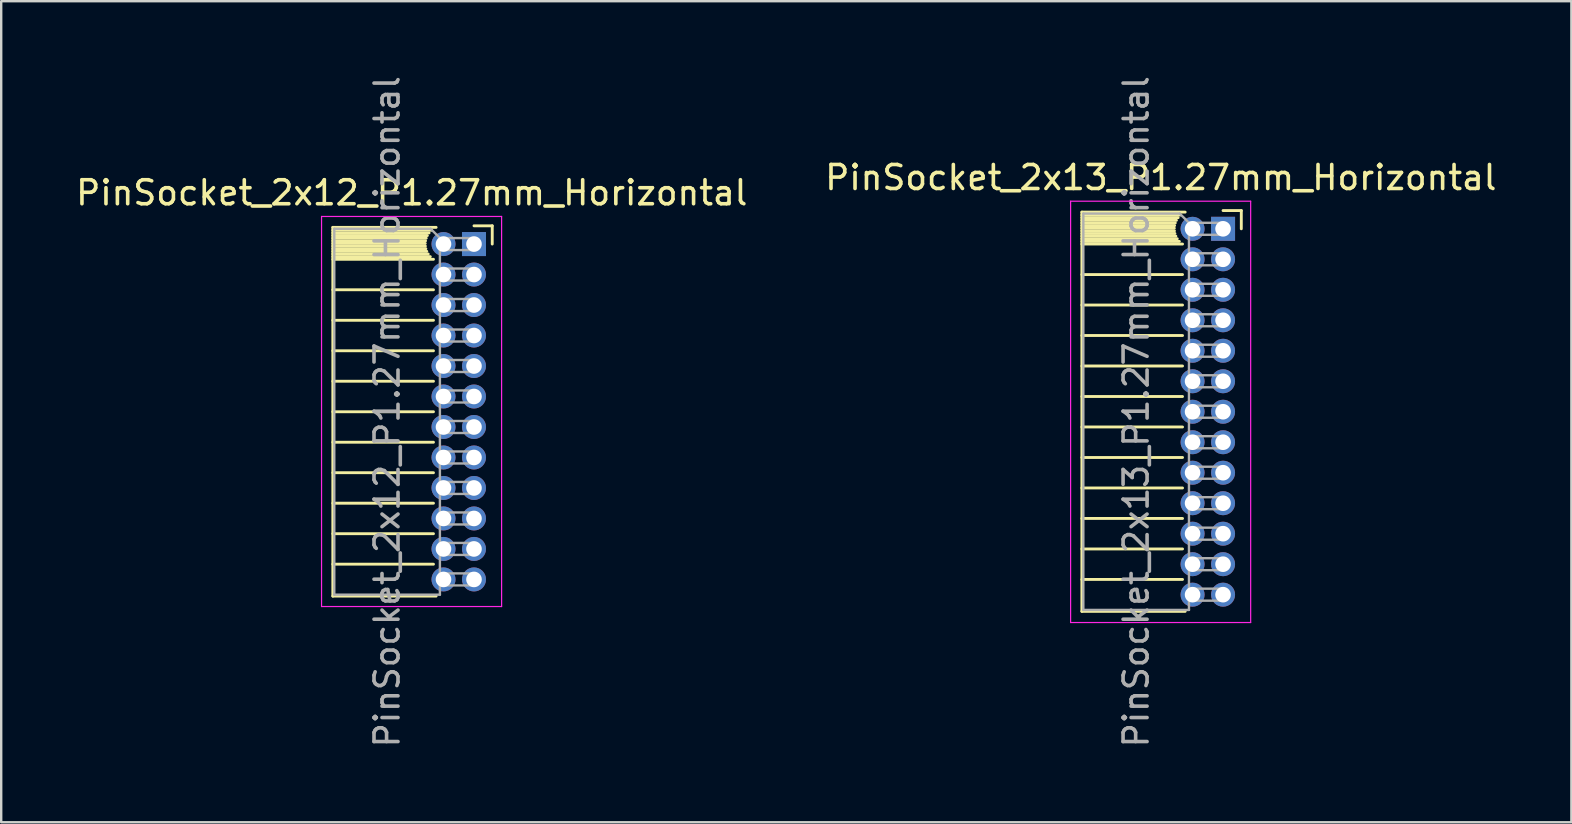
<source format=kicad_pcb>
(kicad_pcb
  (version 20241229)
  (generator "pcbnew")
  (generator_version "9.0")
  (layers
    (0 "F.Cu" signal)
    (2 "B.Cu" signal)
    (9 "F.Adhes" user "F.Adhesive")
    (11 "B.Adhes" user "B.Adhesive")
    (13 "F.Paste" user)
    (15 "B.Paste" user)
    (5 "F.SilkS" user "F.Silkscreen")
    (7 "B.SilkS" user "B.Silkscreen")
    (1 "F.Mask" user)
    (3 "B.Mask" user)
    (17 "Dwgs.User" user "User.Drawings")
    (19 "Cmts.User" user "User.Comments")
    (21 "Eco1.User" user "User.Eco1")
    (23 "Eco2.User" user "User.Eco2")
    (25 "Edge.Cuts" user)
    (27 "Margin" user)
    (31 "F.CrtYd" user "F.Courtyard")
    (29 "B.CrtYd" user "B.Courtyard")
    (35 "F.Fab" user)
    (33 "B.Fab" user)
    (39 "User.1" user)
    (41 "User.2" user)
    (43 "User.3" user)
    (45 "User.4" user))
  (footprint "PinSocket_2x12_P1.27mm_Horizontal"
    (layer "F.Cu")
    (at 16.694 7.116)
    (property "Reference" "PinSocket_2x12_P1.27mm_Horizontal" (at -2.592 -2.135 0) (layer "F.SilkS") (effects (font (size 1 1) (thickness 0.15))))
    (attr through_hole)
    (fp_line (start -5.88 -0.695) (end -5.88 14.665) (stroke (width 0.12) (type solid)) (layer "F.SilkS"))
    (fp_line (start -5.88 -0.695) (end -1.578 -0.695) (stroke (width 0.12) (type solid)) (layer "F.SilkS"))
    (fp_line (start -5.88 -0.575) (end -1.767 -0.575) (stroke (width 0.12) (type solid)) (layer "F.SilkS"))
    (fp_line (start -5.88 -0.465) (end -1.871 -0.465) (stroke (width 0.12) (type solid)) (layer "F.SilkS"))
    (fp_line (start -5.88 -0.355) (end -1.942 -0.355) (stroke (width 0.12) (type solid)) (layer "F.SilkS"))
    (fp_line (start -5.88 -0.245) (end -1.989 -0.245) (stroke (width 0.12) (type solid)) (layer "F.SilkS"))
    (fp_line (start -5.88 -0.135) (end -2.018 -0.135) (stroke (width 0.12) (type solid)) (layer "F.SilkS"))
    (fp_line (start -5.88 -0.025) (end -2.03 -0.025) (stroke (width 0.12) (type solid)) (layer "F.SilkS"))
    (fp_line (start -5.88 0.085) (end -2.025 0.085) (stroke (width 0.12) (type solid)) (layer "F.SilkS"))
    (fp_line (start -5.88 0.195) (end -2.005 0.195) (stroke (width 0.12) (type solid)) (layer "F.SilkS"))
    (fp_line (start -5.88 0.305) (end -1.966 0.305) (stroke (width 0.12) (type solid)) (layer "F.SilkS"))
    (fp_line (start -5.88 0.415) (end -1.907 0.415) (stroke (width 0.12) (type solid)) (layer "F.SilkS"))
    (fp_line (start -5.88 0.525) (end -1.82 0.525) (stroke (width 0.12) (type solid)) (layer "F.SilkS"))
    (fp_line (start -5.88 0.635) (end -1.688 0.635) (stroke (width 0.12) (type solid)) (layer "F.SilkS"))
    (fp_line (start -5.88 1.905) (end -1.688 1.905) (stroke (width 0.12) (type solid)) (layer "F.SilkS"))
    (fp_line (start -5.88 3.175) (end -1.688 3.175) (stroke (width 0.12) (type solid)) (layer "F.SilkS"))
    (fp_line (start -5.88 4.445) (end -1.688 4.445) (stroke (width 0.12) (type solid)) (layer "F.SilkS"))
    (fp_line (start -5.88 5.715) (end -1.688 5.715) (stroke (width 0.12) (type solid)) (layer "F.SilkS"))
    (fp_line (start -5.88 6.985) (end -1.688 6.985) (stroke (width 0.12) (type solid)) (layer "F.SilkS"))
    (fp_line (start -5.88 8.255) (end -1.688 8.255) (stroke (width 0.12) (type solid)) (layer "F.SilkS"))
    (fp_line (start -5.88 9.525) (end -1.688 9.525) (stroke (width 0.12) (type solid)) (layer "F.SilkS"))
    (fp_line (start -5.88 10.795) (end -1.688 10.795) (stroke (width 0.12) (type solid)) (layer "F.SilkS"))
    (fp_line (start -5.88 12.065) (end -1.688 12.065) (stroke (width 0.12) (type solid)) (layer "F.SilkS"))
    (fp_line (start -5.88 13.335) (end -1.688 13.335) (stroke (width 0.12) (type solid)) (layer "F.SilkS"))
    (fp_line (start -5.88 14.665) (end -1.578 14.665) (stroke (width 0.12) (type solid)) (layer "F.SilkS"))
    (fp_line (start 0 -0.76) (end 0.76 -0.76) (stroke (width 0.12) (type solid)) (layer "F.SilkS"))
    (fp_line (start 0.76 -0.76) (end 0.76 0) (stroke (width 0.12) (type solid)) (layer "F.SilkS"))
    (fp_line (start -6.35 -1.15) (end -6.35 15.1) (stroke (width 0.05) (type solid)) (layer "F.CrtYd"))
    (fp_line (start -6.35 15.1) (end 1.15 15.1) (stroke (width 0.05) (type solid)) (layer "F.CrtYd"))
    (fp_line (start 1.15 -1.15) (end -6.35 -1.15) (stroke (width 0.05) (type solid)) (layer "F.CrtYd"))
    (fp_line (start 1.15 15.1) (end 1.15 -1.15) (stroke (width 0.05) (type solid)) (layer "F.CrtYd"))
    (fp_line (start -5.82 -0.635) (end -1.805 -0.635) (stroke (width 0.1) (type solid)) (layer "F.Fab"))
    (fp_line (start -5.82 14.605) (end -5.82 -0.635) (stroke (width 0.1) (type solid)) (layer "F.Fab"))
    (fp_line (start -1.805 -0.635) (end -1.42 -0.25) (stroke (width 0.1) (type solid)) (layer "F.Fab"))
    (fp_line (start -1.42 -0.25) (end -1.42 14.605) (stroke (width 0.1) (type solid)) (layer "F.Fab"))
    (fp_line (start -1.42 0.25) (end 0 0.25) (stroke (width 0.1) (type solid)) (layer "F.Fab"))
    (fp_line (start -1.42 1.52) (end 0 1.52) (stroke (width 0.1) (type solid)) (layer "F.Fab"))
    (fp_line (start -1.42 2.79) (end 0 2.79) (stroke (width 0.1) (type solid)) (layer "F.Fab"))
    (fp_line (start -1.42 4.06) (end 0 4.06) (stroke (width 0.1) (type solid)) (layer "F.Fab"))
    (fp_line (start -1.42 5.33) (end 0 5.33) (stroke (width 0.1) (type solid)) (layer "F.Fab"))
    (fp_line (start -1.42 6.6) (end 0 6.6) (stroke (width 0.1) (type solid)) (layer "F.Fab"))
    (fp_line (start -1.42 7.87) (end 0 7.87) (stroke (width 0.1) (type solid)) (layer "F.Fab"))
    (fp_line (start -1.42 9.14) (end 0 9.14) (stroke (width 0.1) (type solid)) (layer "F.Fab"))
    (fp_line (start -1.42 10.41) (end 0 10.41) (stroke (width 0.1) (type solid)) (layer "F.Fab"))
    (fp_line (start -1.42 11.68) (end 0 11.68) (stroke (width 0.1) (type solid)) (layer "F.Fab"))
    (fp_line (start -1.42 12.95) (end 0 12.95) (stroke (width 0.1) (type solid)) (layer "F.Fab"))
    (fp_line (start -1.42 14.22) (end 0 14.22) (stroke (width 0.1) (type solid)) (layer "F.Fab"))
    (fp_line (start -1.42 14.605) (end -5.82 14.605) (stroke (width 0.1) (type solid)) (layer "F.Fab"))
    (fp_line (start 0 -0.25) (end -1.42 -0.25) (stroke (width 0.1) (type solid)) (layer "F.Fab"))
    (fp_line (start 0 0.25) (end 0 -0.25) (stroke (width 0.1) (type solid)) (layer "F.Fab"))
    (fp_line (start 0 1.02) (end -1.42 1.02) (stroke (width 0.1) (type solid)) (layer "F.Fab"))
    (fp_line (start 0 1.52) (end 0 1.02) (stroke (width 0.1) (type solid)) (layer "F.Fab"))
    (fp_line (start 0 2.29) (end -1.42 2.29) (stroke (width 0.1) (type solid)) (layer "F.Fab"))
    (fp_line (start 0 2.79) (end 0 2.29) (stroke (width 0.1) (type solid)) (layer "F.Fab"))
    (fp_line (start 0 3.56) (end -1.42 3.56) (stroke (width 0.1) (type solid)) (layer "F.Fab"))
    (fp_line (start 0 4.06) (end 0 3.56) (stroke (width 0.1) (type solid)) (layer "F.Fab"))
    (fp_line (start 0 4.83) (end -1.42 4.83) (stroke (width 0.1) (type solid)) (layer "F.Fab"))
    (fp_line (start 0 5.33) (end 0 4.83) (stroke (width 0.1) (type solid)) (layer "F.Fab"))
    (fp_line (start 0 6.1) (end -1.42 6.1) (stroke (width 0.1) (type solid)) (layer "F.Fab"))
    (fp_line (start 0 6.6) (end 0 6.1) (stroke (width 0.1) (type solid)) (layer "F.Fab"))
    (fp_line (start 0 7.37) (end -1.42 7.37) (stroke (width 0.1) (type solid)) (layer "F.Fab"))
    (fp_line (start 0 7.87) (end 0 7.37) (stroke (width 0.1) (type solid)) (layer "F.Fab"))
    (fp_line (start 0 8.64) (end -1.42 8.64) (stroke (width 0.1) (type solid)) (layer "F.Fab"))
    (fp_line (start 0 9.14) (end 0 8.64) (stroke (width 0.1) (type solid)) (layer "F.Fab"))
    (fp_line (start 0 9.91) (end -1.42 9.91) (stroke (width 0.1) (type solid)) (layer "F.Fab"))
    (fp_line (start 0 10.41) (end 0 9.91) (stroke (width 0.1) (type solid)) (layer "F.Fab"))
    (fp_line (start 0 11.18) (end -1.42 11.18) (stroke (width 0.1) (type solid)) (layer "F.Fab"))
    (fp_line (start 0 11.68) (end 0 11.18) (stroke (width 0.1) (type solid)) (layer "F.Fab"))
    (fp_line (start 0 12.45) (end -1.42 12.45) (stroke (width 0.1) (type solid)) (layer "F.Fab"))
    (fp_line (start 0 12.95) (end 0 12.45) (stroke (width 0.1) (type solid)) (layer "F.Fab"))
    (fp_line (start 0 13.72) (end -1.42 13.72) (stroke (width 0.1) (type solid)) (layer "F.Fab"))
    (fp_line (start 0 14.22) (end 0 13.72) (stroke (width 0.1) (type solid)) (layer "F.Fab"))
    (fp_text user "${REFERENCE}" (at -3.62 6.985 90) (layer "F.Fab") (effects (font (size 1 1) (thickness 0.15))))
    (pad "1" thru_hole rect (at 0 0) (size 1 1) (drill 0.65) (layers "*.Cu" "*.Mask"))
    (pad "2" thru_hole circle (at -1.27 0) (size 1 1) (drill 0.65) (layers "*.Cu" "*.Mask"))
    (pad "3" thru_hole circle (at 0 1.27) (size 1 1) (drill 0.65) (layers "*.Cu" "*.Mask"))
    (pad "4" thru_hole circle (at -1.27 1.27) (size 1 1) (drill 0.65) (layers "*.Cu" "*.Mask"))
    (pad "5" thru_hole circle (at 0 2.54) (size 1 1) (drill 0.65) (layers "*.Cu" "*.Mask"))
    (pad "6" thru_hole circle (at -1.27 2.54) (size 1 1) (drill 0.65) (layers "*.Cu" "*.Mask"))
    (pad "7" thru_hole circle (at 0 3.81) (size 1 1) (drill 0.65) (layers "*.Cu" "*.Mask"))
    (pad "8" thru_hole circle (at -1.27 3.81) (size 1 1) (drill 0.65) (layers "*.Cu" "*.Mask"))
    (pad "9" thru_hole circle (at 0 5.08) (size 1 1) (drill 0.65) (layers "*.Cu" "*.Mask"))
    (pad "10" thru_hole circle (at -1.27 5.08) (size 1 1) (drill 0.65) (layers "*.Cu" "*.Mask"))
    (pad "11" thru_hole circle (at 0 6.35) (size 1 1) (drill 0.65) (layers "*.Cu" "*.Mask"))
    (pad "12" thru_hole circle (at -1.27 6.35) (size 1 1) (drill 0.65) (layers "*.Cu" "*.Mask"))
    (pad "13" thru_hole circle (at 0 7.62) (size 1 1) (drill 0.65) (layers "*.Cu" "*.Mask"))
    (pad "14" thru_hole circle (at -1.27 7.62) (size 1 1) (drill 0.65) (layers "*.Cu" "*.Mask"))
    (pad "15" thru_hole circle (at 0 8.89) (size 1 1) (drill 0.65) (layers "*.Cu" "*.Mask"))
    (pad "16" thru_hole circle (at -1.27 8.89) (size 1 1) (drill 0.65) (layers "*.Cu" "*.Mask"))
    (pad "17" thru_hole circle (at 0 10.16) (size 1 1) (drill 0.65) (layers "*.Cu" "*.Mask"))
    (pad "18" thru_hole circle (at -1.27 10.16) (size 1 1) (drill 0.65) (layers "*.Cu" "*.Mask"))
    (pad "19" thru_hole circle (at 0 11.43) (size 1 1) (drill 0.65) (layers "*.Cu" "*.Mask"))
    (pad "20" thru_hole circle (at -1.27 11.43) (size 1 1) (drill 0.65) (layers "*.Cu" "*.Mask"))
    (pad "21" thru_hole circle (at 0 12.7) (size 1 1) (drill 0.65) (layers "*.Cu" "*.Mask"))
    (pad "22" thru_hole circle (at -1.27 12.7) (size 1 1) (drill 0.65) (layers "*.Cu" "*.Mask"))
    (pad "23" thru_hole circle (at 0 13.97) (size 1 1) (drill 0.65) (layers "*.Cu" "*.Mask"))
    (pad "24" thru_hole circle (at -1.27 13.97) (size 1 1) (drill 0.65) (layers "*.Cu" "*.Mask")))
  (footprint "PinSocket_2x13_P1.27mm_Horizontal"
    (layer "F.Cu")
    (at 47.896 6.481)
    (property "Reference" "PinSocket_2x13_P1.27mm_Horizontal" (at -2.592 -2.135 0) (layer "F.SilkS") (effects (font (size 1 1) (thickness 0.15))))
    (attr through_hole)
    (fp_line (start -5.88 -0.695) (end -5.88 15.935) (stroke (width 0.12) (type solid)) (layer "F.SilkS"))
    (fp_line (start -5.88 -0.695) (end -1.578 -0.695) (stroke (width 0.12) (type solid)) (layer "F.SilkS"))
    (fp_line (start -5.88 -0.575) (end -1.767 -0.575) (stroke (width 0.12) (type solid)) (layer "F.SilkS"))
    (fp_line (start -5.88 -0.465) (end -1.871 -0.465) (stroke (width 0.12) (type solid)) (layer "F.SilkS"))
    (fp_line (start -5.88 -0.355) (end -1.942 -0.355) (stroke (width 0.12) (type solid)) (layer "F.SilkS"))
    (fp_line (start -5.88 -0.245) (end -1.989 -0.245) (stroke (width 0.12) (type solid)) (layer "F.SilkS"))
    (fp_line (start -5.88 -0.135) (end -2.018 -0.135) (stroke (width 0.12) (type solid)) (layer "F.SilkS"))
    (fp_line (start -5.88 -0.025) (end -2.03 -0.025) (stroke (width 0.12) (type solid)) (layer "F.SilkS"))
    (fp_line (start -5.88 0.085) (end -2.025 0.085) (stroke (width 0.12) (type solid)) (layer "F.SilkS"))
    (fp_line (start -5.88 0.195) (end -2.005 0.195) (stroke (width 0.12) (type solid)) (layer "F.SilkS"))
    (fp_line (start -5.88 0.305) (end -1.966 0.305) (stroke (width 0.12) (type solid)) (layer "F.SilkS"))
    (fp_line (start -5.88 0.415) (end -1.907 0.415) (stroke (width 0.12) (type solid)) (layer "F.SilkS"))
    (fp_line (start -5.88 0.525) (end -1.82 0.525) (stroke (width 0.12) (type solid)) (layer "F.SilkS"))
    (fp_line (start -5.88 0.635) (end -1.688 0.635) (stroke (width 0.12) (type solid)) (layer "F.SilkS"))
    (fp_line (start -5.88 1.905) (end -1.688 1.905) (stroke (width 0.12) (type solid)) (layer "F.SilkS"))
    (fp_line (start -5.88 3.175) (end -1.688 3.175) (stroke (width 0.12) (type solid)) (layer "F.SilkS"))
    (fp_line (start -5.88 4.445) (end -1.688 4.445) (stroke (width 0.12) (type solid)) (layer "F.SilkS"))
    (fp_line (start -5.88 5.715) (end -1.688 5.715) (stroke (width 0.12) (type solid)) (layer "F.SilkS"))
    (fp_line (start -5.88 6.985) (end -1.688 6.985) (stroke (width 0.12) (type solid)) (layer "F.SilkS"))
    (fp_line (start -5.88 8.255) (end -1.688 8.255) (stroke (width 0.12) (type solid)) (layer "F.SilkS"))
    (fp_line (start -5.88 9.525) (end -1.688 9.525) (stroke (width 0.12) (type solid)) (layer "F.SilkS"))
    (fp_line (start -5.88 10.795) (end -1.688 10.795) (stroke (width 0.12) (type solid)) (layer "F.SilkS"))
    (fp_line (start -5.88 12.065) (end -1.688 12.065) (stroke (width 0.12) (type solid)) (layer "F.SilkS"))
    (fp_line (start -5.88 13.335) (end -1.688 13.335) (stroke (width 0.12) (type solid)) (layer "F.SilkS"))
    (fp_line (start -5.88 14.605) (end -1.688 14.605) (stroke (width 0.12) (type solid)) (layer "F.SilkS"))
    (fp_line (start -5.88 15.935) (end -1.578 15.935) (stroke (width 0.12) (type solid)) (layer "F.SilkS"))
    (fp_line (start 0 -0.76) (end 0.76 -0.76) (stroke (width 0.12) (type solid)) (layer "F.SilkS"))
    (fp_line (start 0.76 -0.76) (end 0.76 0) (stroke (width 0.12) (type solid)) (layer "F.SilkS"))
    (fp_line (start -6.35 -1.15) (end -6.35 16.4) (stroke (width 0.05) (type solid)) (layer "F.CrtYd"))
    (fp_line (start -6.35 16.4) (end 1.15 16.4) (stroke (width 0.05) (type solid)) (layer "F.CrtYd"))
    (fp_line (start 1.15 -1.15) (end -6.35 -1.15) (stroke (width 0.05) (type solid)) (layer "F.CrtYd"))
    (fp_line (start 1.15 16.4) (end 1.15 -1.15) (stroke (width 0.05) (type solid)) (layer "F.CrtYd"))
    (fp_line (start -5.82 -0.635) (end -1.805 -0.635) (stroke (width 0.1) (type solid)) (layer "F.Fab"))
    (fp_line (start -5.82 15.875) (end -5.82 -0.635) (stroke (width 0.1) (type solid)) (layer "F.Fab"))
    (fp_line (start -1.805 -0.635) (end -1.42 -0.25) (stroke (width 0.1) (type solid)) (layer "F.Fab"))
    (fp_line (start -1.42 -0.25) (end -1.42 15.875) (stroke (width 0.1) (type solid)) (layer "F.Fab"))
    (fp_line (start -1.42 0.25) (end 0 0.25) (stroke (width 0.1) (type solid)) (layer "F.Fab"))
    (fp_line (start -1.42 1.52) (end 0 1.52) (stroke (width 0.1) (type solid)) (layer "F.Fab"))
    (fp_line (start -1.42 2.79) (end 0 2.79) (stroke (width 0.1) (type solid)) (layer "F.Fab"))
    (fp_line (start -1.42 4.06) (end 0 4.06) (stroke (width 0.1) (type solid)) (layer "F.Fab"))
    (fp_line (start -1.42 5.33) (end 0 5.33) (stroke (width 0.1) (type solid)) (layer "F.Fab"))
    (fp_line (start -1.42 6.6) (end 0 6.6) (stroke (width 0.1) (type solid)) (layer "F.Fab"))
    (fp_line (start -1.42 7.87) (end 0 7.87) (stroke (width 0.1) (type solid)) (layer "F.Fab"))
    (fp_line (start -1.42 9.14) (end 0 9.14) (stroke (width 0.1) (type solid)) (layer "F.Fab"))
    (fp_line (start -1.42 10.41) (end 0 10.41) (stroke (width 0.1) (type solid)) (layer "F.Fab"))
    (fp_line (start -1.42 11.68) (end 0 11.68) (stroke (width 0.1) (type solid)) (layer "F.Fab"))
    (fp_line (start -1.42 12.95) (end 0 12.95) (stroke (width 0.1) (type solid)) (layer "F.Fab"))
    (fp_line (start -1.42 14.22) (end 0 14.22) (stroke (width 0.1) (type solid)) (layer "F.Fab"))
    (fp_line (start -1.42 15.49) (end 0 15.49) (stroke (width 0.1) (type solid)) (layer "F.Fab"))
    (fp_line (start -1.42 15.875) (end -5.82 15.875) (stroke (width 0.1) (type solid)) (layer "F.Fab"))
    (fp_line (start 0 -0.25) (end -1.42 -0.25) (stroke (width 0.1) (type solid)) (layer "F.Fab"))
    (fp_line (start 0 0.25) (end 0 -0.25) (stroke (width 0.1) (type solid)) (layer "F.Fab"))
    (fp_line (start 0 1.02) (end -1.42 1.02) (stroke (width 0.1) (type solid)) (layer "F.Fab"))
    (fp_line (start 0 1.52) (end 0 1.02) (stroke (width 0.1) (type solid)) (layer "F.Fab"))
    (fp_line (start 0 2.29) (end -1.42 2.29) (stroke (width 0.1) (type solid)) (layer "F.Fab"))
    (fp_line (start 0 2.79) (end 0 2.29) (stroke (width 0.1) (type solid)) (layer "F.Fab"))
    (fp_line (start 0 3.56) (end -1.42 3.56) (stroke (width 0.1) (type solid)) (layer "F.Fab"))
    (fp_line (start 0 4.06) (end 0 3.56) (stroke (width 0.1) (type solid)) (layer "F.Fab"))
    (fp_line (start 0 4.83) (end -1.42 4.83) (stroke (width 0.1) (type solid)) (layer "F.Fab"))
    (fp_line (start 0 5.33) (end 0 4.83) (stroke (width 0.1) (type solid)) (layer "F.Fab"))
    (fp_line (start 0 6.1) (end -1.42 6.1) (stroke (width 0.1) (type solid)) (layer "F.Fab"))
    (fp_line (start 0 6.6) (end 0 6.1) (stroke (width 0.1) (type solid)) (layer "F.Fab"))
    (fp_line (start 0 7.37) (end -1.42 7.37) (stroke (width 0.1) (type solid)) (layer "F.Fab"))
    (fp_line (start 0 7.87) (end 0 7.37) (stroke (width 0.1) (type solid)) (layer "F.Fab"))
    (fp_line (start 0 8.64) (end -1.42 8.64) (stroke (width 0.1) (type solid)) (layer "F.Fab"))
    (fp_line (start 0 9.14) (end 0 8.64) (stroke (width 0.1) (type solid)) (layer "F.Fab"))
    (fp_line (start 0 9.91) (end -1.42 9.91) (stroke (width 0.1) (type solid)) (layer "F.Fab"))
    (fp_line (start 0 10.41) (end 0 9.91) (stroke (width 0.1) (type solid)) (layer "F.Fab"))
    (fp_line (start 0 11.18) (end -1.42 11.18) (stroke (width 0.1) (type solid)) (layer "F.Fab"))
    (fp_line (start 0 11.68) (end 0 11.18) (stroke (width 0.1) (type solid)) (layer "F.Fab"))
    (fp_line (start 0 12.45) (end -1.42 12.45) (stroke (width 0.1) (type solid)) (layer "F.Fab"))
    (fp_line (start 0 12.95) (end 0 12.45) (stroke (width 0.1) (type solid)) (layer "F.Fab"))
    (fp_line (start 0 13.72) (end -1.42 13.72) (stroke (width 0.1) (type solid)) (layer "F.Fab"))
    (fp_line (start 0 14.22) (end 0 13.72) (stroke (width 0.1) (type solid)) (layer "F.Fab"))
    (fp_line (start 0 14.99) (end -1.42 14.99) (stroke (width 0.1) (type solid)) (layer "F.Fab"))
    (fp_line (start 0 15.49) (end 0 14.99) (stroke (width 0.1) (type solid)) (layer "F.Fab"))
    (fp_text user "${REFERENCE}" (at -3.62 7.62 90) (layer "F.Fab") (effects (font (size 1 1) (thickness 0.15))))
    (pad "1" thru_hole rect (at 0 0) (size 1 1) (drill 0.65) (layers "*.Cu" "*.Mask"))
    (pad "2" thru_hole circle (at -1.27 0) (size 1 1) (drill 0.65) (layers "*.Cu" "*.Mask"))
    (pad "3" thru_hole circle (at 0 1.27) (size 1 1) (drill 0.65) (layers "*.Cu" "*.Mask"))
    (pad "4" thru_hole circle (at -1.27 1.27) (size 1 1) (drill 0.65) (layers "*.Cu" "*.Mask"))
    (pad "5" thru_hole circle (at 0 2.54) (size 1 1) (drill 0.65) (layers "*.Cu" "*.Mask"))
    (pad "6" thru_hole circle (at -1.27 2.54) (size 1 1) (drill 0.65) (layers "*.Cu" "*.Mask"))
    (pad "7" thru_hole circle (at 0 3.81) (size 1 1) (drill 0.65) (layers "*.Cu" "*.Mask"))
    (pad "8" thru_hole circle (at -1.27 3.81) (size 1 1) (drill 0.65) (layers "*.Cu" "*.Mask"))
    (pad "9" thru_hole circle (at 0 5.08) (size 1 1) (drill 0.65) (layers "*.Cu" "*.Mask"))
    (pad "10" thru_hole circle (at -1.27 5.08) (size 1 1) (drill 0.65) (layers "*.Cu" "*.Mask"))
    (pad "11" thru_hole circle (at 0 6.35) (size 1 1) (drill 0.65) (layers "*.Cu" "*.Mask"))
    (pad "12" thru_hole circle (at -1.27 6.35) (size 1 1) (drill 0.65) (layers "*.Cu" "*.Mask"))
    (pad "13" thru_hole circle (at 0 7.62) (size 1 1) (drill 0.65) (layers "*.Cu" "*.Mask"))
    (pad "14" thru_hole circle (at -1.27 7.62) (size 1 1) (drill 0.65) (layers "*.Cu" "*.Mask"))
    (pad "15" thru_hole circle (at 0 8.89) (size 1 1) (drill 0.65) (layers "*.Cu" "*.Mask"))
    (pad "16" thru_hole circle (at -1.27 8.89) (size 1 1) (drill 0.65) (layers "*.Cu" "*.Mask"))
    (pad "17" thru_hole circle (at 0 10.16) (size 1 1) (drill 0.65) (layers "*.Cu" "*.Mask"))
    (pad "18" thru_hole circle (at -1.27 10.16) (size 1 1) (drill 0.65) (layers "*.Cu" "*.Mask"))
    (pad "19" thru_hole circle (at 0 11.43) (size 1 1) (drill 0.65) (layers "*.Cu" "*.Mask"))
    (pad "20" thru_hole circle (at -1.27 11.43) (size 1 1) (drill 0.65) (layers "*.Cu" "*.Mask"))
    (pad "21" thru_hole circle (at 0 12.7) (size 1 1) (drill 0.65) (layers "*.Cu" "*.Mask"))
    (pad "22" thru_hole circle (at -1.27 12.7) (size 1 1) (drill 0.65) (layers "*.Cu" "*.Mask"))
    (pad "23" thru_hole circle (at 0 13.97) (size 1 1) (drill 0.65) (layers "*.Cu" "*.Mask"))
    (pad "24" thru_hole circle (at -1.27 13.97) (size 1 1) (drill 0.65) (layers "*.Cu" "*.Mask"))
    (pad "25" thru_hole circle (at 0 15.24) (size 1 1) (drill 0.65) (layers "*.Cu" "*.Mask"))
    (pad "26" thru_hole circle (at -1.27 15.24) (size 1 1) (drill 0.65) (layers "*.Cu" "*.Mask")))
  (gr_rect
    (start -3 -3)
    (end 62.405 31.202)
    (stroke (width 0.1) (type default))
    (fill no)
    (layer "Edge.Cuts")))
</source>
